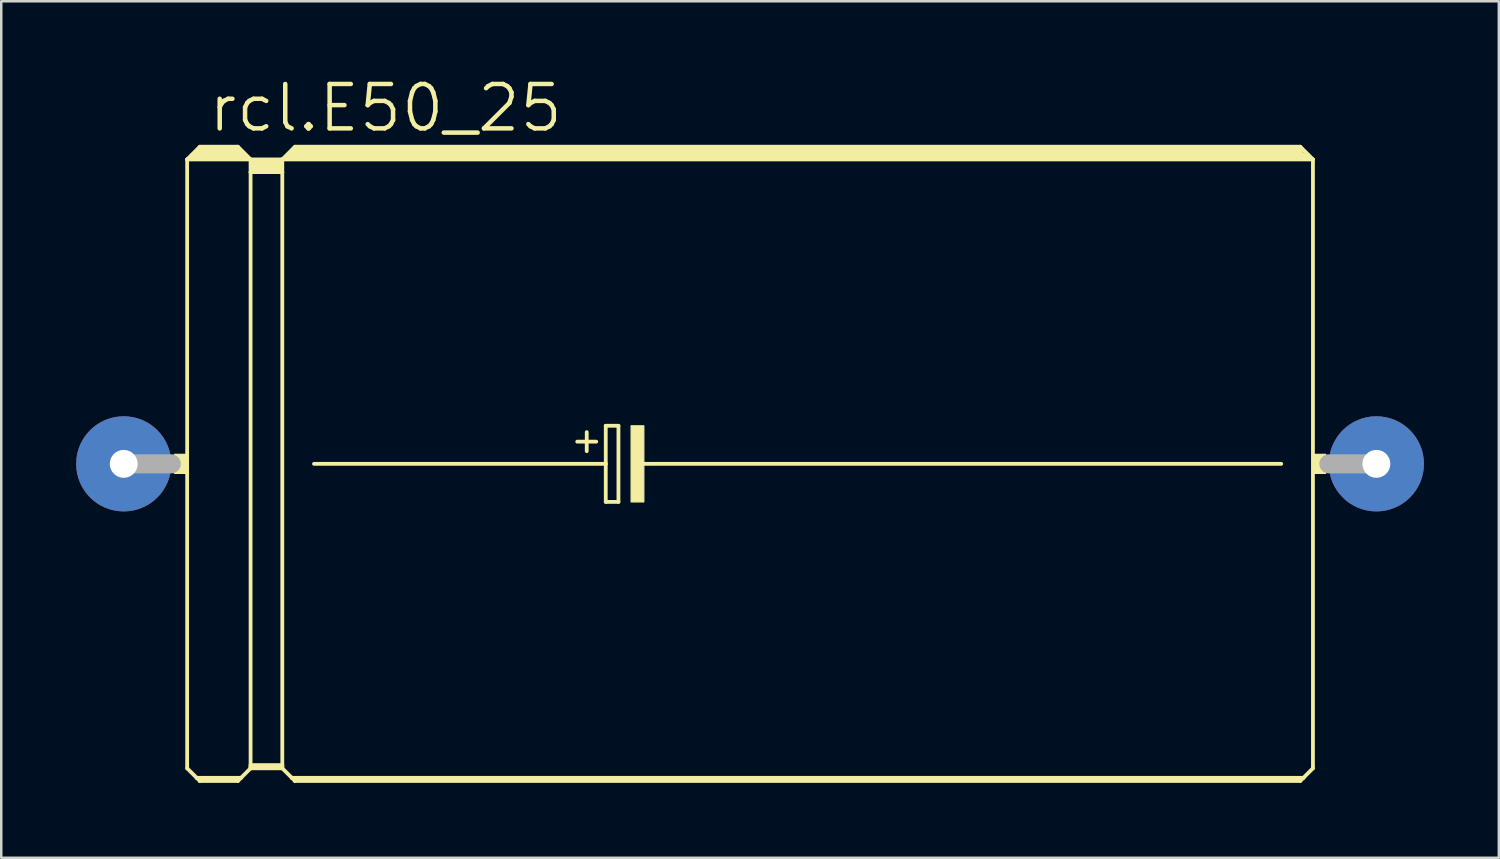
<source format=kicad_pcb>
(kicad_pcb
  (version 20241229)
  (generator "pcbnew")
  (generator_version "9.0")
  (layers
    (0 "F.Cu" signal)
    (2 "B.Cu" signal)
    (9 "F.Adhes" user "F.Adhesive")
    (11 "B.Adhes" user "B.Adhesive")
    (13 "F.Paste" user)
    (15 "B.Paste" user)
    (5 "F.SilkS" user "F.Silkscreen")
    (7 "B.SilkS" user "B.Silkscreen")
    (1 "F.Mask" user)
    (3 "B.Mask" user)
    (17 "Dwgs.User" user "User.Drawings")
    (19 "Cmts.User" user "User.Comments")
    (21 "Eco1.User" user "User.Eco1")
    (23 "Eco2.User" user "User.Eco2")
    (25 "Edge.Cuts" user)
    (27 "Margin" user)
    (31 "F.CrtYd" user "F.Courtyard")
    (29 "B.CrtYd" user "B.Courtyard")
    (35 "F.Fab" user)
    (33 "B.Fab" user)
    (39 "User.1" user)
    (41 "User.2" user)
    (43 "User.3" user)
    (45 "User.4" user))
  (footprint "rcl.E50_25"
    (layer "F.Cu")
    (at 27.305 15.526)
    (property "Reference" "rcl.E50_25" (at -22.098 -13.208 0) (layer "F.SilkS") (effects (font (size 1.778 1.778) (thickness 0.18)) (justify left bottom)))
    (attr through_hole)
    (fp_line (start -22.86 -12.192) (end -22.86 12.192) (stroke (width 0.152) (type default)) (layer "F.SilkS"))
    (fp_line (start -22.86 -12.192) (end -22.352 -12.7) (stroke (width 0.152) (type default)) (layer "F.SilkS"))
    (fp_line (start -22.86 -12.192) (end -20.32 -12.192) (stroke (width 0.152) (type default)) (layer "F.SilkS"))
    (fp_line (start -22.86 12.192) (end -22.479 12.573) (stroke (width 0.152) (type default)) (layer "F.SilkS"))
    (fp_line (start -22.606 -12.319) (end -22.479 -12.319) (stroke (width 0.305) (type default)) (layer "F.SilkS"))
    (fp_line (start -22.479 -12.319) (end -22.479 -12.446) (stroke (width 0.305) (type default)) (layer "F.SilkS"))
    (fp_line (start -22.479 -12.319) (end -20.701 -12.319) (stroke (width 0.305) (type default)) (layer "F.SilkS"))
    (fp_line (start -22.479 12.573) (end -22.352 12.7) (stroke (width 0.152) (type default)) (layer "F.SilkS"))
    (fp_line (start -22.479 12.573) (end -20.701 12.573) (stroke (width 0.152) (type default)) (layer "F.SilkS"))
    (fp_line (start -22.352 -12.7) (end -20.828 -12.7) (stroke (width 0.152) (type default)) (layer "F.SilkS"))
    (fp_line (start -22.352 -12.573) (end -20.828 -12.573) (stroke (width 0.305) (type default)) (layer "F.SilkS"))
    (fp_line (start -22.352 12.649) (end -20.828 12.649) (stroke (width 0.152) (type default)) (layer "F.SilkS"))
    (fp_line (start -22.352 12.7) (end -22.352 12.649) (stroke (width 0.152) (type default)) (layer "F.SilkS"))
    (fp_line (start -22.352 12.7) (end -20.828 12.7) (stroke (width 0.152) (type default)) (layer "F.SilkS"))
    (fp_line (start -20.701 -12.319) (end -20.701 -12.446) (stroke (width 0.305) (type default)) (layer "F.SilkS"))
    (fp_line (start -20.701 -12.319) (end -20.574 -12.319) (stroke (width 0.305) (type default)) (layer "F.SilkS"))
    (fp_line (start -20.701 12.573) (end -20.828 12.7) (stroke (width 0.152) (type default)) (layer "F.SilkS"))
    (fp_line (start -20.32 -12.192) (end -20.828 -12.7) (stroke (width 0.152) (type default)) (layer "F.SilkS"))
    (fp_line (start -20.32 -12.192) (end -20.32 -11.684) (stroke (width 0.152) (type default)) (layer "F.SilkS"))
    (fp_line (start -20.32 -12.192) (end -19.05 -12.192) (stroke (width 0.152) (type default)) (layer "F.SilkS"))
    (fp_line (start -20.32 -11.684) (end -20.32 12.065) (stroke (width 0.152) (type default)) (layer "F.SilkS"))
    (fp_line (start -20.32 -11.684) (end -19.05 -11.684) (stroke (width 0.152) (type default)) (layer "F.SilkS"))
    (fp_line (start -20.32 12.065) (end -20.32 12.141) (stroke (width 0.152) (type default)) (layer "F.SilkS"))
    (fp_line (start -20.32 12.065) (end -19.05 12.065) (stroke (width 0.152) (type default)) (layer "F.SilkS"))
    (fp_line (start -20.32 12.141) (end -20.32 12.192) (stroke (width 0.152) (type default)) (layer "F.SilkS"))
    (fp_line (start -20.32 12.141) (end -19.05 12.141) (stroke (width 0.152) (type default)) (layer "F.SilkS"))
    (fp_line (start -20.32 12.192) (end -20.701 12.573) (stroke (width 0.152) (type default)) (layer "F.SilkS"))
    (fp_line (start -20.32 12.192) (end -19.05 12.192) (stroke (width 0.152) (type default)) (layer "F.SilkS"))
    (fp_line (start -20.193 -12.065) (end -19.177 -12.065) (stroke (width 0.305) (type default)) (layer "F.SilkS"))
    (fp_line (start -20.193 -11.811) (end -19.177 -11.811) (stroke (width 0.305) (type default)) (layer "F.SilkS"))
    (fp_line (start -19.05 -12.192) (end -19.05 -11.684) (stroke (width 0.152) (type default)) (layer "F.SilkS"))
    (fp_line (start -19.05 -12.192) (end 22.225 -12.192) (stroke (width 0.152) (type default)) (layer "F.SilkS"))
    (fp_line (start -19.05 -11.684) (end -19.05 12.065) (stroke (width 0.152) (type default)) (layer "F.SilkS"))
    (fp_line (start -19.05 12.065) (end -19.05 12.141) (stroke (width 0.152) (type default)) (layer "F.SilkS"))
    (fp_line (start -19.05 12.141) (end -19.05 12.192) (stroke (width 0.152) (type default)) (layer "F.SilkS"))
    (fp_line (start -19.05 12.192) (end -18.669 12.573) (stroke (width 0.152) (type default)) (layer "F.SilkS"))
    (fp_line (start -18.796 -12.319) (end -18.669 -12.319) (stroke (width 0.305) (type default)) (layer "F.SilkS"))
    (fp_line (start -18.669 -12.319) (end -18.669 -12.446) (stroke (width 0.305) (type default)) (layer "F.SilkS"))
    (fp_line (start -18.669 -12.319) (end 21.971 -12.319) (stroke (width 0.305) (type default)) (layer "F.SilkS"))
    (fp_line (start -18.669 12.573) (end -18.542 12.7) (stroke (width 0.152) (type default)) (layer "F.SilkS"))
    (fp_line (start -18.669 12.573) (end 21.844 12.573) (stroke (width 0.152) (type default)) (layer "F.SilkS"))
    (fp_line (start -18.542 -12.7) (end -19.05 -12.192) (stroke (width 0.152) (type default)) (layer "F.SilkS"))
    (fp_line (start -18.542 -12.7) (end 21.717 -12.7) (stroke (width 0.152) (type default)) (layer "F.SilkS"))
    (fp_line (start -18.542 -12.573) (end 21.717 -12.573) (stroke (width 0.305) (type default)) (layer "F.SilkS"))
    (fp_line (start -18.542 12.649) (end 21.717 12.649) (stroke (width 0.152) (type default)) (layer "F.SilkS"))
    (fp_line (start -18.542 12.7) (end -18.542 12.649) (stroke (width 0.152) (type default)) (layer "F.SilkS"))
    (fp_line (start -17.78 0) (end -6.096 0) (stroke (width 0.152) (type default)) (layer "F.SilkS"))
    (fp_line (start -7.239 -0.889) (end -6.477 -0.889) (stroke (width 0.152) (type default)) (layer "F.SilkS"))
    (fp_line (start -6.858 -1.27) (end -6.858 -0.508) (stroke (width 0.152) (type default)) (layer "F.SilkS"))
    (fp_line (start -6.096 -1.524) (end -6.096 0) (stroke (width 0.152) (type default)) (layer "F.SilkS"))
    (fp_line (start -6.096 0) (end -6.096 1.524) (stroke (width 0.152) (type default)) (layer "F.SilkS"))
    (fp_line (start -6.096 1.524) (end -5.588 1.524) (stroke (width 0.152) (type default)) (layer "F.SilkS"))
    (fp_line (start -5.588 -1.524) (end -6.096 -1.524) (stroke (width 0.152) (type default)) (layer "F.SilkS"))
    (fp_line (start -5.588 1.524) (end -5.588 -1.524) (stroke (width 0.152) (type default)) (layer "F.SilkS"))
    (fp_line (start -4.699 0) (end 20.955 0) (stroke (width 0.152) (type default)) (layer "F.SilkS"))
    (fp_line (start 21.717 -12.7) (end 22.225 -12.192) (stroke (width 0.152) (type default)) (layer "F.SilkS"))
    (fp_line (start 21.717 12.7) (end -18.542 12.7) (stroke (width 0.152) (type default)) (layer "F.SilkS"))
    (fp_line (start 21.844 12.573) (end 21.717 12.7) (stroke (width 0.152) (type default)) (layer "F.SilkS"))
    (fp_line (start 22.225 -12.192) (end 22.225 12.192) (stroke (width 0.152) (type default)) (layer "F.SilkS"))
    (fp_line (start 22.225 12.192) (end 21.844 12.573) (stroke (width 0.152) (type default)) (layer "F.SilkS"))
    (fp_rect (start -23.368 0.381) (end -22.86 -0.381) (stroke (width 0.05) (type default)) (fill yes) (layer "F.SilkS"))
    (fp_rect (start -5.08 1.524) (end -4.572 -1.524) (stroke (width 0.05) (type default)) (fill yes) (layer "F.SilkS"))
    (fp_rect (start 22.225 0.381) (end 22.733 -0.381) (stroke (width 0.05) (type default)) (fill yes) (layer "F.SilkS"))
    (fp_line (start -25.4 0) (end -23.495 0) (stroke (width 0.762) (type default)) (layer "F.Fab"))
    (fp_line (start 24.765 0) (end 22.86 0) (stroke (width 0.762) (type default)) (layer "F.Fab"))
    (pad "+" thru_hole circle (at -25.4 0) (size 3.81 3.81) (drill 1.118) (layers "*.Cu" "*.Mask"))
    (pad "-" thru_hole circle (at 24.765 0) (size 3.81 3.81) (drill 1.118) (layers "*.Cu" "*.Mask")))
  (gr_rect
    (start -3 -3)
    (end 56.975 31.302)
    (stroke (width 0.1) (type default))
    (fill no)
    (layer "Edge.Cuts")))
</source>
